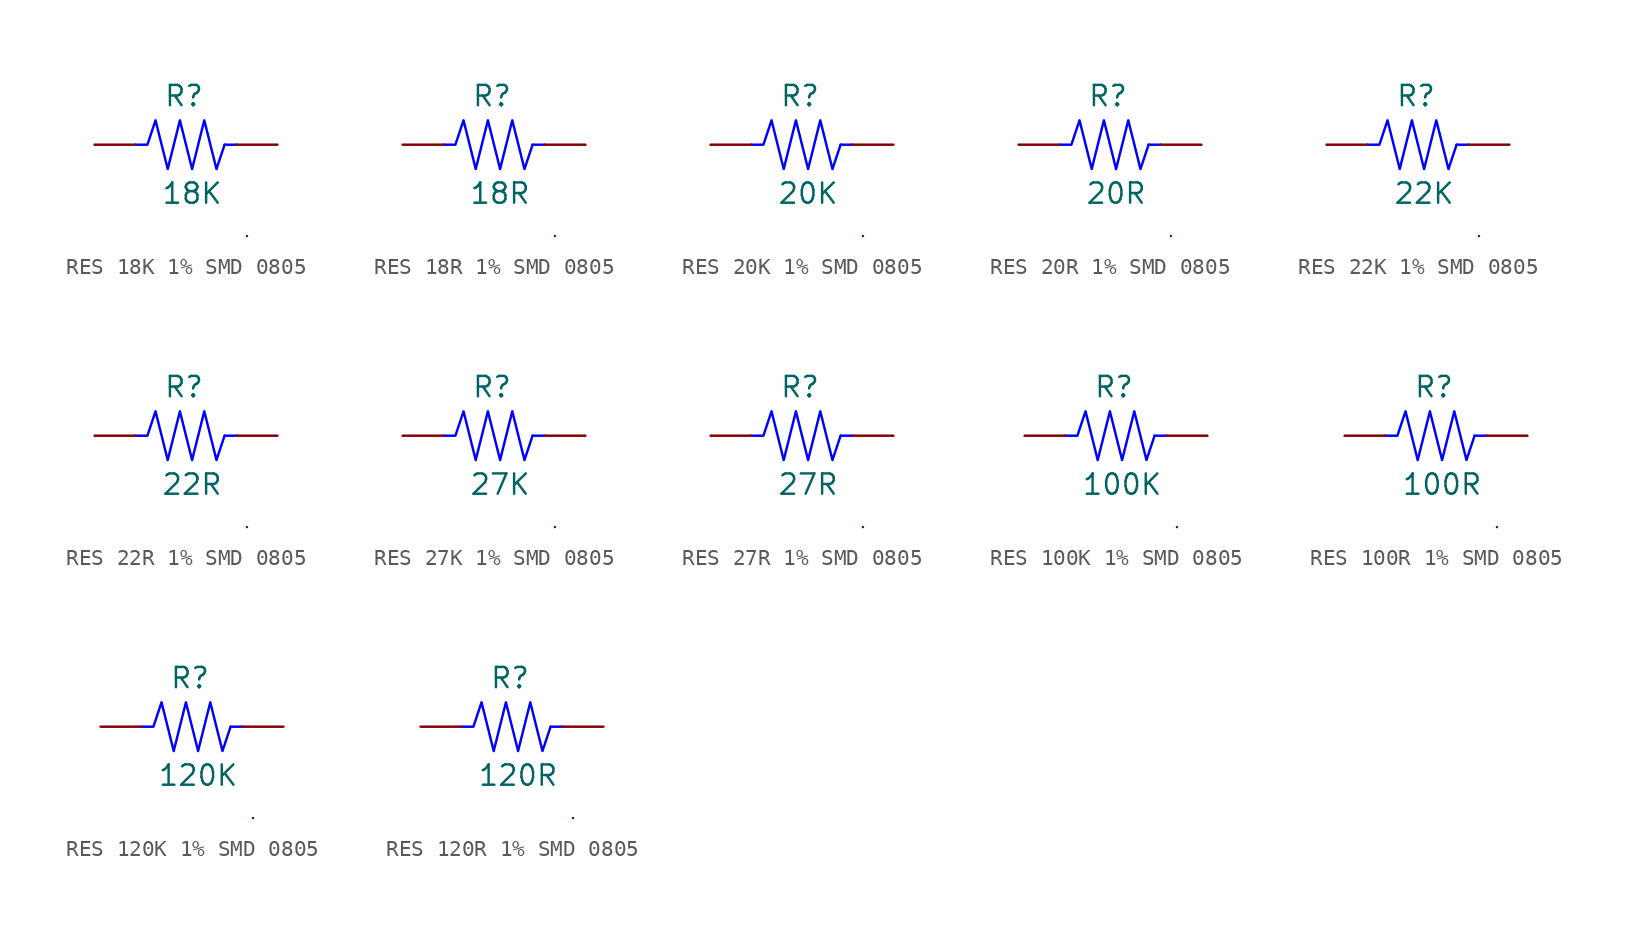
<source format=kicad_sym>
(kicad_symbol_lib
  (version 20231120)
  (generator "kicad_symbol_editor")
  (generator_version "8.0")
  (symbol "RES 18K 1% SMD 0805"
    (pin_numbers hide)
    (pin_names
      (offset 0) hide)
    (property "Reference" "R"
      (at -0.762 3.048 0)
      (effects (font (size 1.27 1.27))))
    (property "Value" "18K"
      (at -0.254 -3.048 0)
      (effects (font (size 1.27 1.27))))
    (symbol "RES 18K 1% SMD 0805_0_1"
      (polyline (pts (xy 1.778 0) (xy 2.54 0)) (stroke (width 0) (type default) (color 0 0 255 1)) (fill (type none)))
      (polyline (pts (xy 3.175 -5.715) (xy 3.175 -5.715)) (stroke (width 0) (type default)) (fill (type none)))
      (polyline (pts (xy -3.81 0) (xy -3.048 0) (xy -2.54 1.524) (xy -1.778 -1.524) (xy -1.016 1.524) (xy -0.254 -1.524) (xy 0.508 1.524) (xy 1.27 -1.524) (xy 1.778 0)) (stroke (width 0) (type default) (color 0 0 255 1)) (fill (type none))))
    (symbol "RES 18K 1% SMD 0805_1_1"
      (pin passive line (at -6.35 0 0) (length 2.54) (name "1" (effects (font (size 1.27 1.27)))) (number "1" (effects (font (size 1.27 1.27)))))
      (pin passive line (at 5.08 0 180) (length 2.54) (name "2" (effects (font (size 1.27 1.27)))) (number "2" (effects (font (size 1.27 1.27)))))))
  (symbol "RES 18R 1% SMD 0805"
    (pin_numbers hide)
    (pin_names
      (offset 0) hide)
    (property "Reference" "R"
      (at -0.762 3.048 0)
      (effects (font (size 1.27 1.27))))
    (property "Value" "18R"
      (at -0.254 -3.048 0)
      (effects (font (size 1.27 1.27))))
    (symbol "RES 18R 1% SMD 0805_0_1"
      (polyline (pts (xy 1.778 0) (xy 2.54 0)) (stroke (width 0) (type default) (color 0 0 255 1)) (fill (type none)))
      (polyline (pts (xy 3.175 -5.715) (xy 3.175 -5.715)) (stroke (width 0) (type default)) (fill (type none)))
      (polyline (pts (xy -3.81 0) (xy -3.048 0) (xy -2.54 1.524) (xy -1.778 -1.524) (xy -1.016 1.524) (xy -0.254 -1.524) (xy 0.508 1.524) (xy 1.27 -1.524) (xy 1.778 0)) (stroke (width 0) (type default) (color 0 0 255 1)) (fill (type none))))
    (symbol "RES 18R 1% SMD 0805_1_1"
      (pin passive line (at -6.35 0 0) (length 2.54) (name "1" (effects (font (size 1.27 1.27)))) (number "1" (effects (font (size 1.27 1.27)))))
      (pin passive line (at 5.08 0 180) (length 2.54) (name "2" (effects (font (size 1.27 1.27)))) (number "2" (effects (font (size 1.27 1.27)))))))
  (symbol "RES 20K 1% SMD 0805"
    (pin_numbers hide)
    (pin_names
      (offset 0) hide)
    (property "Reference" "R"
      (at -0.762 3.048 0)
      (effects (font (size 1.27 1.27))))
    (property "Value" "20K"
      (at -0.254 -3.048 0)
      (effects (font (size 1.27 1.27))))
    (symbol "RES 20K 1% SMD 0805_0_1"
      (polyline (pts (xy 1.778 0) (xy 2.54 0)) (stroke (width 0) (type default) (color 0 0 255 1)) (fill (type none)))
      (polyline (pts (xy 3.175 -5.715) (xy 3.175 -5.715)) (stroke (width 0) (type default)) (fill (type none)))
      (polyline (pts (xy -3.81 0) (xy -3.048 0) (xy -2.54 1.524) (xy -1.778 -1.524) (xy -1.016 1.524) (xy -0.254 -1.524) (xy 0.508 1.524) (xy 1.27 -1.524) (xy 1.778 0)) (stroke (width 0) (type default) (color 0 0 255 1)) (fill (type none))))
    (symbol "RES 20K 1% SMD 0805_1_1"
      (pin passive line (at -6.35 0 0) (length 2.54) (name "1" (effects (font (size 1.27 1.27)))) (number "1" (effects (font (size 1.27 1.27)))))
      (pin passive line (at 5.08 0 180) (length 2.54) (name "2" (effects (font (size 1.27 1.27)))) (number "2" (effects (font (size 1.27 1.27)))))))
  (symbol "RES 20R 1% SMD 0805"
    (pin_numbers hide)
    (pin_names
      (offset 0) hide)
    (property "Reference" "R"
      (at -0.762 3.048 0)
      (effects (font (size 1.27 1.27))))
    (property "Value" "20R"
      (at -0.254 -3.048 0)
      (effects (font (size 1.27 1.27))))
    (symbol "RES 20R 1% SMD 0805_0_1"
      (polyline (pts (xy 1.778 0) (xy 2.54 0)) (stroke (width 0) (type default) (color 0 0 255 1)) (fill (type none)))
      (polyline (pts (xy 3.175 -5.715) (xy 3.175 -5.715)) (stroke (width 0) (type default)) (fill (type none)))
      (polyline (pts (xy -3.81 0) (xy -3.048 0) (xy -2.54 1.524) (xy -1.778 -1.524) (xy -1.016 1.524) (xy -0.254 -1.524) (xy 0.508 1.524) (xy 1.27 -1.524) (xy 1.778 0)) (stroke (width 0) (type default) (color 0 0 255 1)) (fill (type none))))
    (symbol "RES 20R 1% SMD 0805_1_1"
      (pin passive line (at -6.35 0 0) (length 2.54) (name "1" (effects (font (size 1.27 1.27)))) (number "1" (effects (font (size 1.27 1.27)))))
      (pin passive line (at 5.08 0 180) (length 2.54) (name "2" (effects (font (size 1.27 1.27)))) (number "2" (effects (font (size 1.27 1.27)))))))
  (symbol "RES 22K 1% SMD 0805"
    (pin_numbers hide)
    (pin_names
      (offset 0) hide)
    (property "Reference" "R"
      (at -0.762 3.048 0)
      (effects (font (size 1.27 1.27))))
    (property "Value" "22K"
      (at -0.254 -3.048 0)
      (effects (font (size 1.27 1.27))))
    (symbol "RES 22K 1% SMD 0805_0_1"
      (polyline (pts (xy 1.778 0) (xy 2.54 0)) (stroke (width 0) (type default) (color 0 0 255 1)) (fill (type none)))
      (polyline (pts (xy 3.175 -5.715) (xy 3.175 -5.715)) (stroke (width 0) (type default)) (fill (type none)))
      (polyline (pts (xy -3.81 0) (xy -3.048 0) (xy -2.54 1.524) (xy -1.778 -1.524) (xy -1.016 1.524) (xy -0.254 -1.524) (xy 0.508 1.524) (xy 1.27 -1.524) (xy 1.778 0)) (stroke (width 0) (type default) (color 0 0 255 1)) (fill (type none))))
    (symbol "RES 22K 1% SMD 0805_1_1"
      (pin passive line (at -6.35 0 0) (length 2.54) (name "1" (effects (font (size 1.27 1.27)))) (number "1" (effects (font (size 1.27 1.27)))))
      (pin passive line (at 5.08 0 180) (length 2.54) (name "2" (effects (font (size 1.27 1.27)))) (number "2" (effects (font (size 1.27 1.27)))))))
  (symbol "RES 22R 1% SMD 0805"
    (pin_numbers hide)
    (pin_names
      (offset 0) hide)
    (property "Reference" "R"
      (at -0.762 3.048 0)
      (effects (font (size 1.27 1.27))))
    (property "Value" "22R"
      (at -0.254 -3.048 0)
      (effects (font (size 1.27 1.27))))
    (symbol "RES 22R 1% SMD 0805_0_1"
      (polyline (pts (xy 1.778 0) (xy 2.54 0)) (stroke (width 0) (type default) (color 0 0 255 1)) (fill (type none)))
      (polyline (pts (xy 3.175 -5.715) (xy 3.175 -5.715)) (stroke (width 0) (type default)) (fill (type none)))
      (polyline (pts (xy -3.81 0) (xy -3.048 0) (xy -2.54 1.524) (xy -1.778 -1.524) (xy -1.016 1.524) (xy -0.254 -1.524) (xy 0.508 1.524) (xy 1.27 -1.524) (xy 1.778 0)) (stroke (width 0) (type default) (color 0 0 255 1)) (fill (type none))))
    (symbol "RES 22R 1% SMD 0805_1_1"
      (pin passive line (at -6.35 0 0) (length 2.54) (name "1" (effects (font (size 1.27 1.27)))) (number "1" (effects (font (size 1.27 1.27)))))
      (pin passive line (at 5.08 0 180) (length 2.54) (name "2" (effects (font (size 1.27 1.27)))) (number "2" (effects (font (size 1.27 1.27)))))))
  (symbol "RES 27K 1% SMD 0805"
    (pin_numbers hide)
    (pin_names
      (offset 0) hide)
    (property "Reference" "R"
      (at -0.762 3.048 0)
      (effects (font (size 1.27 1.27))))
    (property "Value" "27K"
      (at -0.254 -3.048 0)
      (effects (font (size 1.27 1.27))))
    (symbol "RES 27K 1% SMD 0805_0_1"
      (polyline (pts (xy 1.778 0) (xy 2.54 0)) (stroke (width 0) (type default) (color 0 0 255 1)) (fill (type none)))
      (polyline (pts (xy 3.175 -5.715) (xy 3.175 -5.715)) (stroke (width 0) (type default)) (fill (type none)))
      (polyline (pts (xy -3.81 0) (xy -3.048 0) (xy -2.54 1.524) (xy -1.778 -1.524) (xy -1.016 1.524) (xy -0.254 -1.524) (xy 0.508 1.524) (xy 1.27 -1.524) (xy 1.778 0)) (stroke (width 0) (type default) (color 0 0 255 1)) (fill (type none))))
    (symbol "RES 27K 1% SMD 0805_1_1"
      (pin passive line (at -6.35 0 0) (length 2.54) (name "1" (effects (font (size 1.27 1.27)))) (number "1" (effects (font (size 1.27 1.27)))))
      (pin passive line (at 5.08 0 180) (length 2.54) (name "2" (effects (font (size 1.27 1.27)))) (number "2" (effects (font (size 1.27 1.27)))))))
  (symbol "RES 27R 1% SMD 0805"
    (pin_numbers hide)
    (pin_names
      (offset 0) hide)
    (property "Reference" "R"
      (at -0.762 3.048 0)
      (effects (font (size 1.27 1.27))))
    (property "Value" "27R"
      (at -0.254 -3.048 0)
      (effects (font (size 1.27 1.27))))
    (symbol "RES 27R 1% SMD 0805_0_1"
      (polyline (pts (xy 1.778 0) (xy 2.54 0)) (stroke (width 0) (type default) (color 0 0 255 1)) (fill (type none)))
      (polyline (pts (xy 3.175 -5.715) (xy 3.175 -5.715)) (stroke (width 0) (type default)) (fill (type none)))
      (polyline (pts (xy -3.81 0) (xy -3.048 0) (xy -2.54 1.524) (xy -1.778 -1.524) (xy -1.016 1.524) (xy -0.254 -1.524) (xy 0.508 1.524) (xy 1.27 -1.524) (xy 1.778 0)) (stroke (width 0) (type default) (color 0 0 255 1)) (fill (type none))))
    (symbol "RES 27R 1% SMD 0805_1_1"
      (pin passive line (at -6.35 0 0) (length 2.54) (name "1" (effects (font (size 1.27 1.27)))) (number "1" (effects (font (size 1.27 1.27)))))
      (pin passive line (at 5.08 0 180) (length 2.54) (name "2" (effects (font (size 1.27 1.27)))) (number "2" (effects (font (size 1.27 1.27)))))))
  (symbol "RES 100K 1% SMD 0805"
    (pin_numbers hide)
    (pin_names
      (offset 0) hide)
    (property "Reference" "R"
      (at -0.762 3.048 0)
      (effects (font (size 1.27 1.27))))
    (property "Value" "100K"
      (at -0.254 -3.048 0)
      (effects (font (size 1.27 1.27))))
    (symbol "RES 100K 1% SMD 0805_0_1"
      (polyline (pts (xy 1.778 0) (xy 2.54 0)) (stroke (width 0) (type default) (color 0 0 255 1)) (fill (type none)))
      (polyline (pts (xy 3.175 -5.715) (xy 3.175 -5.715)) (stroke (width 0) (type default)) (fill (type none)))
      (polyline (pts (xy -3.81 0) (xy -3.048 0) (xy -2.54 1.524) (xy -1.778 -1.524) (xy -1.016 1.524) (xy -0.254 -1.524) (xy 0.508 1.524) (xy 1.27 -1.524) (xy 1.778 0)) (stroke (width 0) (type default) (color 0 0 255 1)) (fill (type none))))
    (symbol "RES 100K 1% SMD 0805_1_1"
      (pin passive line (at -6.35 0 0) (length 2.54) (name "1" (effects (font (size 1.27 1.27)))) (number "1" (effects (font (size 1.27 1.27)))))
      (pin passive line (at 5.08 0 180) (length 2.54) (name "2" (effects (font (size 1.27 1.27)))) (number "2" (effects (font (size 1.27 1.27)))))))
  (symbol "RES 100R 1% SMD 0805"
    (pin_numbers hide)
    (pin_names
      (offset 0) hide)
    (property "Reference" "R"
      (at -0.762 3.048 0)
      (effects (font (size 1.27 1.27))))
    (property "Value" "100R"
      (at -0.254 -3.048 0)
      (effects (font (size 1.27 1.27))))
    (symbol "RES 100R 1% SMD 0805_0_1"
      (polyline (pts (xy 1.778 0) (xy 2.54 0)) (stroke (width 0) (type default) (color 0 0 255 1)) (fill (type none)))
      (polyline (pts (xy 3.175 -5.715) (xy 3.175 -5.715)) (stroke (width 0) (type default)) (fill (type none)))
      (polyline (pts (xy -3.81 0) (xy -3.048 0) (xy -2.54 1.524) (xy -1.778 -1.524) (xy -1.016 1.524) (xy -0.254 -1.524) (xy 0.508 1.524) (xy 1.27 -1.524) (xy 1.778 0)) (stroke (width 0) (type default) (color 0 0 255 1)) (fill (type none))))
    (symbol "RES 100R 1% SMD 0805_1_1"
      (pin passive line (at -6.35 0 0) (length 2.54) (name "1" (effects (font (size 1.27 1.27)))) (number "1" (effects (font (size 1.27 1.27)))))
      (pin passive line (at 5.08 0 180) (length 2.54) (name "2" (effects (font (size 1.27 1.27)))) (number "2" (effects (font (size 1.27 1.27)))))))
  (symbol "RES 120K 1% SMD 0805"
    (pin_numbers hide)
    (pin_names
      (offset 0) hide)
    (property "Reference" "R"
      (at -0.762 3.048 0)
      (effects (font (size 1.27 1.27))))
    (property "Value" "120K"
      (at -0.254 -3.048 0)
      (effects (font (size 1.27 1.27))))
    (symbol "RES 120K 1% SMD 0805_0_1"
      (polyline (pts (xy 1.778 0) (xy 2.54 0)) (stroke (width 0) (type default) (color 0 0 255 1)) (fill (type none)))
      (polyline (pts (xy 3.175 -5.715) (xy 3.175 -5.715)) (stroke (width 0) (type default)) (fill (type none)))
      (polyline (pts (xy -3.81 0) (xy -3.048 0) (xy -2.54 1.524) (xy -1.778 -1.524) (xy -1.016 1.524) (xy -0.254 -1.524) (xy 0.508 1.524) (xy 1.27 -1.524) (xy 1.778 0)) (stroke (width 0) (type default) (color 0 0 255 1)) (fill (type none))))
    (symbol "RES 120K 1% SMD 0805_1_1"
      (pin passive line (at -6.35 0 0) (length 2.54) (name "1" (effects (font (size 1.27 1.27)))) (number "1" (effects (font (size 1.27 1.27)))))
      (pin passive line (at 5.08 0 180) (length 2.54) (name "2" (effects (font (size 1.27 1.27)))) (number "2" (effects (font (size 1.27 1.27)))))))
  (symbol "RES 120R 1% SMD 0805"
    (pin_numbers hide)
    (pin_names
      (offset 0) hide)
    (property "Reference" "R"
      (at -0.762 3.048 0)
      (effects (font (size 1.27 1.27))))
    (property "Value" "120R"
      (at -0.254 -3.048 0)
      (effects (font (size 1.27 1.27))))
    (symbol "RES 120R 1% SMD 0805_0_1"
      (polyline (pts (xy 1.778 0) (xy 2.54 0)) (stroke (width 0) (type default) (color 0 0 255 1)) (fill (type none)))
      (polyline (pts (xy 3.175 -5.715) (xy 3.175 -5.715)) (stroke (width 0) (type default)) (fill (type none)))
      (polyline (pts (xy -3.81 0) (xy -3.048 0) (xy -2.54 1.524) (xy -1.778 -1.524) (xy -1.016 1.524) (xy -0.254 -1.524) (xy 0.508 1.524) (xy 1.27 -1.524) (xy 1.778 0)) (stroke (width 0) (type default) (color 0 0 255 1)) (fill (type none))))
    (symbol "RES 120R 1% SMD 0805_1_1"
      (pin passive line (at -6.35 0 0) (length 2.54) (name "1" (effects (font (size 1.27 1.27)))) (number "1" (effects (font (size 1.27 1.27)))))
      (pin passive line (at 5.08 0 180) (length 2.54) (name "2" (effects (font (size 1.27 1.27)))) (number "2" (effects (font (size 1.27 1.27))))))))
</source>
